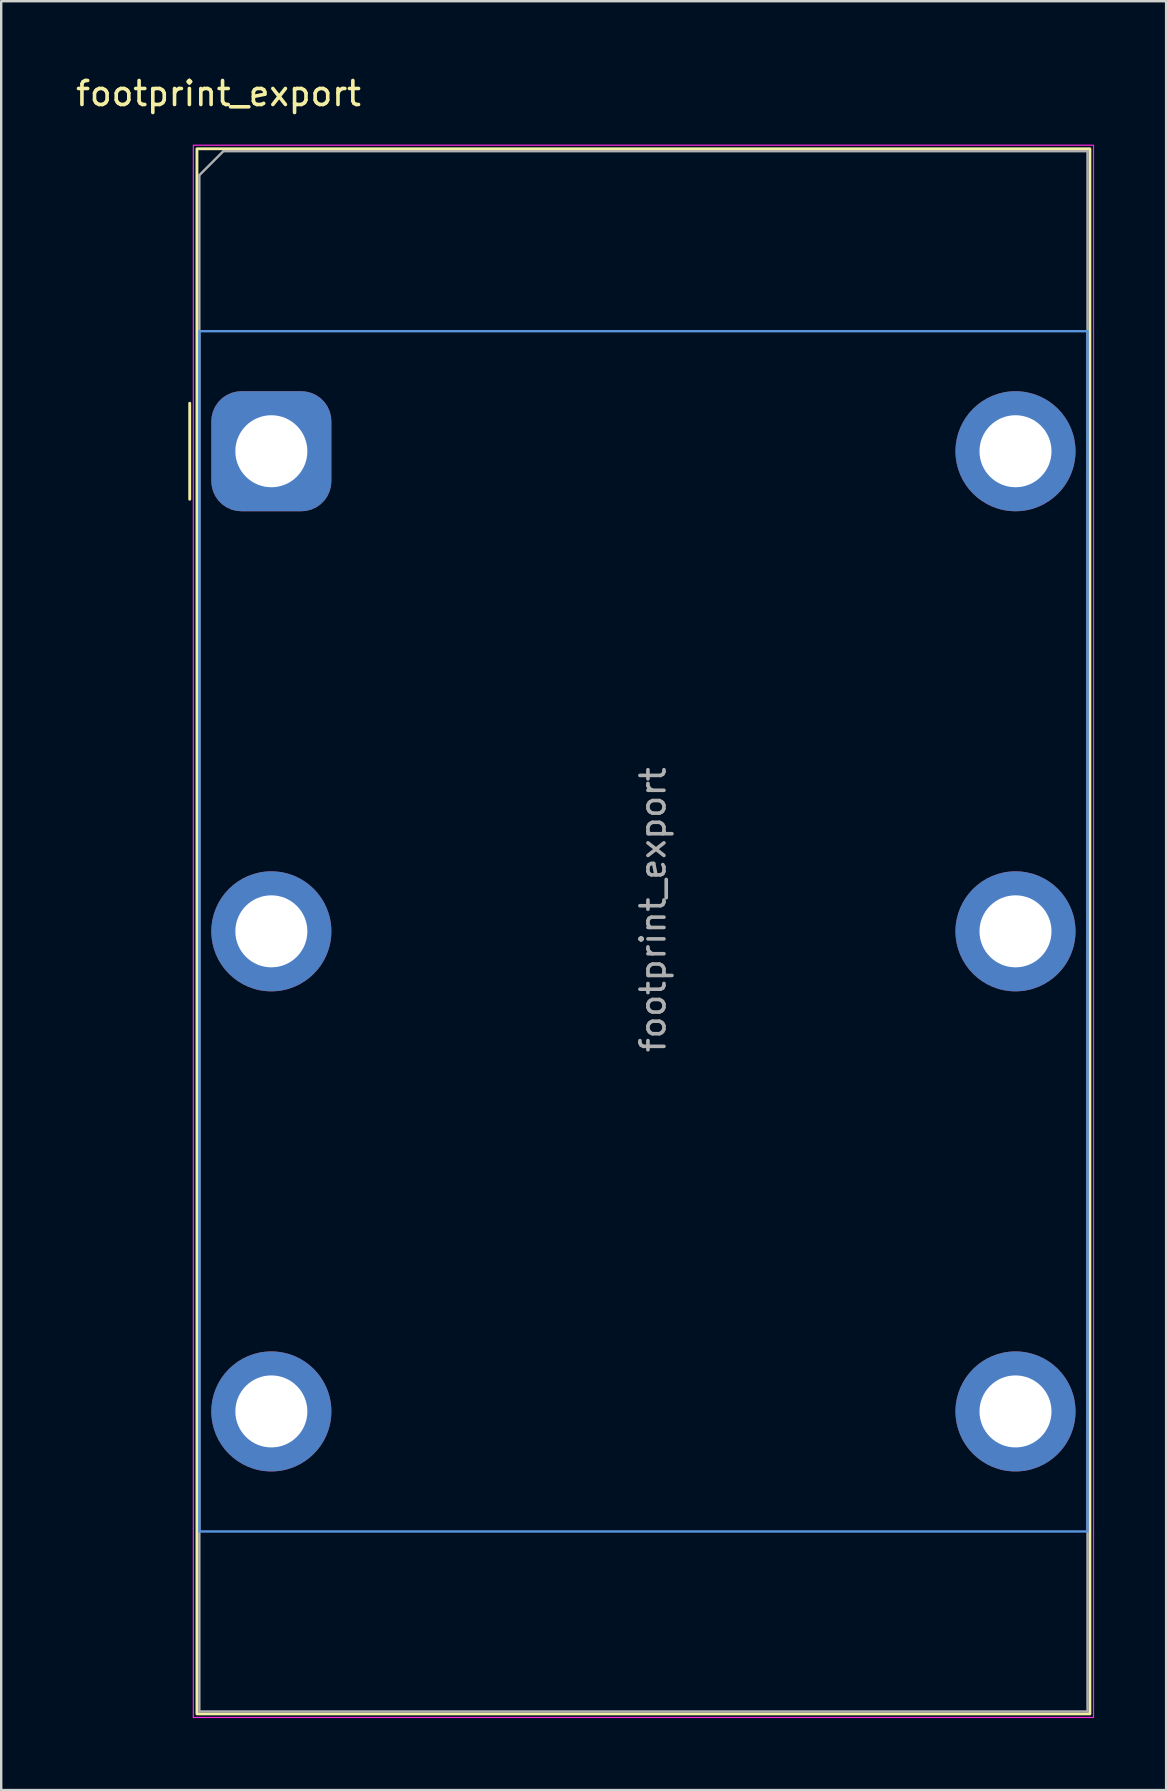
<source format=kicad_pcb>
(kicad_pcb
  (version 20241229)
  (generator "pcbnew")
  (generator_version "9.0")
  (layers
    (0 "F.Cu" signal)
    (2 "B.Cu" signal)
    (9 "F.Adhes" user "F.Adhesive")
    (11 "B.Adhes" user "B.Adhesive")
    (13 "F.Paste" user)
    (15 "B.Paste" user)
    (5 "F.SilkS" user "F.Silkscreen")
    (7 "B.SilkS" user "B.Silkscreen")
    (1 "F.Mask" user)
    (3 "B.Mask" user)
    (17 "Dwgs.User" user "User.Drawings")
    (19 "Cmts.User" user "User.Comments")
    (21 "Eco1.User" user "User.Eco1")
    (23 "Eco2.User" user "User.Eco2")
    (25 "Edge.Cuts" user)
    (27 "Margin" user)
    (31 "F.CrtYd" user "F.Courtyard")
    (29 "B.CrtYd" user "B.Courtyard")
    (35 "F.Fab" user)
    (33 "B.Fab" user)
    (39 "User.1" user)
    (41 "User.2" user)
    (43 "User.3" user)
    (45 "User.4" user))
  (footprint "footprint_export"
    (layer "F.Cu")
    (at 8.254 15.748)
    (property "Reference" "footprint_export" (at -2.2 -14.9 0) (layer "F.SilkS") (effects (font (size 1 1) (thickness 0.15))))
    (attr through_hole)
    (fp_line (start -3.4 -2) (end -3.4 2) (stroke (width 0.12) (type default)) (layer "F.SilkS"))
    (fp_rect (start -3.1 52.6) (end 34.1 -12.6) (stroke (width 0.12) (type default)) (fill no) (layer "F.SilkS"))
    (fp_rect (start -3 45) (end 34 -5) (stroke (width 0.1) (type default)) (fill no) (layer "Cmts.User"))
    (fp_rect (start -3.25 52.75) (end 34.25 -12.75) (stroke (width 0.05) (type default)) (fill no) (layer "F.CrtYd"))
    (fp_line (start -3 -11.5) (end -3 52.5) (stroke (width 0.1) (type default)) (layer "F.Fab"))
    (fp_line (start -3 -11.5) (end -2 -12.5) (stroke (width 0.1) (type default)) (layer "F.Fab"))
    (fp_line (start -3 52.5) (end 34 52.5) (stroke (width 0.1) (type default)) (layer "F.Fab"))
    (fp_line (start 34 -12.5) (end -2 -12.5) (stroke (width 0.1) (type default)) (layer "F.Fab"))
    (fp_line (start 34 -12.5) (end 34 52.5) (stroke (width 0.1) (type default)) (layer "F.Fab"))
    (fp_text user "${REFERENCE}" (at 15.9 19.1 90) (layer "F.Fab") (effects (font (size 1 1) (thickness 0.15))))
    (pad "1" thru_hole roundrect (at 0 0 90) (size 5 5) (drill 3) (layers "*.Cu" "*.Mask") (roundrect_rratio 0.25))
    (pad "2" thru_hole circle (at 0 20 90) (size 5 5) (drill 3) (layers "*.Cu" "*.Mask"))
    (pad "3" thru_hole circle (at 0 40 90) (size 5 5) (drill 3) (layers "*.Cu" "*.Mask"))
    (pad "4" thru_hole circle (at 31 40 90) (size 5 5) (drill 3) (layers "*.Cu" "*.Mask"))
    (pad "5" thru_hole circle (at 31 20 90) (size 5 5) (drill 3) (layers "*.Cu" "*.Mask"))
    (pad "6" thru_hole circle (at 31 0 90) (size 5 5) (drill 3) (layers "*.Cu" "*.Mask")))
  (gr_rect
    (start -3 -3)
    (end 45.529 71.523)
    (stroke (width 0.1) (type default))
    (fill no)
    (layer "Edge.Cuts")))
</source>
